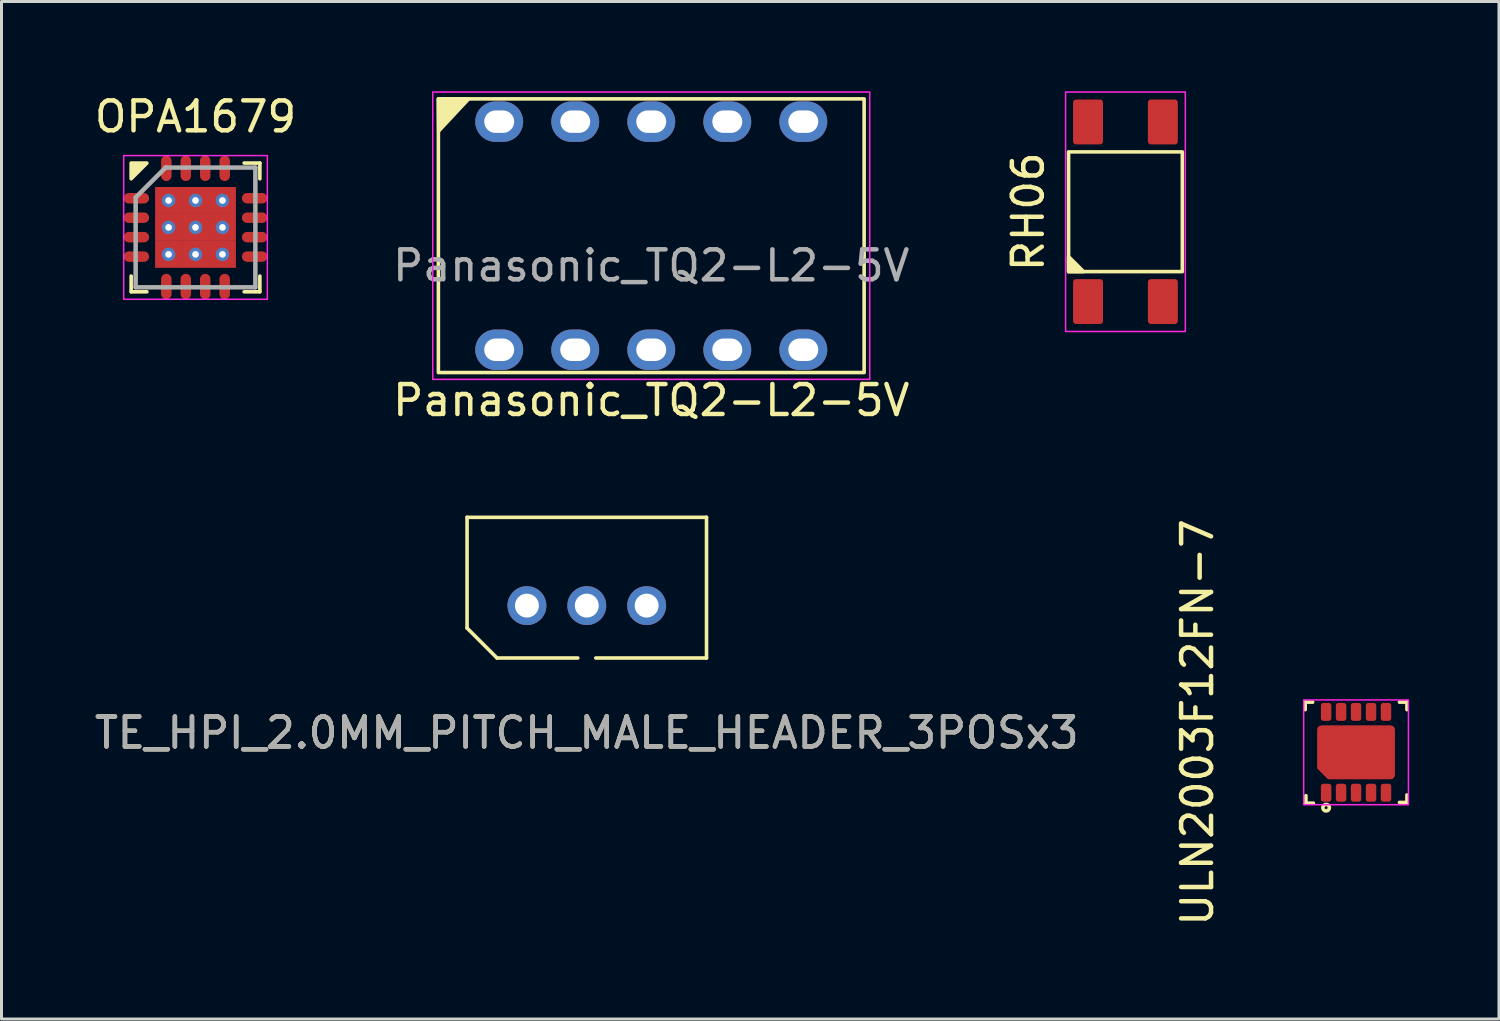
<source format=kicad_pcb>
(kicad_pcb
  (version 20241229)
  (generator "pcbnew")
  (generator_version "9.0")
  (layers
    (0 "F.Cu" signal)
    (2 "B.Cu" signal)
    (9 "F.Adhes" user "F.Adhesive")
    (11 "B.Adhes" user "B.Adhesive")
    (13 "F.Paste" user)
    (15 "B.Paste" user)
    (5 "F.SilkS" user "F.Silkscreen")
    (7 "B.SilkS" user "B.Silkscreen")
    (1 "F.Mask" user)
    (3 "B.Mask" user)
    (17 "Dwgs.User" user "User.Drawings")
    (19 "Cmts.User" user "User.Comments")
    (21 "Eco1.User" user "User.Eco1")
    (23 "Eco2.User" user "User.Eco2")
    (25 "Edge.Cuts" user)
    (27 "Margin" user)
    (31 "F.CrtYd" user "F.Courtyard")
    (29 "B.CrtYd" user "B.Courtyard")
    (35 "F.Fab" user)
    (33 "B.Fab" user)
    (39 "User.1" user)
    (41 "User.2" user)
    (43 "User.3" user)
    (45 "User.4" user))
  (footprint "ULN2003F12FN-7"
    (layer "F.Cu")
    (at 42.255 22.084)
    (property "Reference" "ULN2003F12FN-7" (at -5.3 -1 90) (layer "F.SilkS") (effects (font (size 1 1) (thickness 0.15))))
    (attr through_hole)
    (fp_line (start -1.7 -1.675) (end -1.7 -1.425) (stroke (width 0.12) (type solid)) (layer "F.SilkS"))
    (fp_line (start -1.675 1.45) (end -1.675 1.7) (stroke (width 0.12) (type solid)) (layer "F.SilkS"))
    (fp_line (start -1.675 1.7) (end -1.425 1.7) (stroke (width 0.12) (type solid)) (layer "F.SilkS"))
    (fp_line (start -1.45 -1.675) (end -1.7 -1.675) (stroke (width 0.12) (type solid)) (layer "F.SilkS"))
    (fp_line (start 1.45 1.675) (end 1.7 1.675) (stroke (width 0.12) (type solid)) (layer "F.SilkS"))
    (fp_line (start 1.7 -1.675) (end 1.45 -1.675) (stroke (width 0.12) (type solid)) (layer "F.SilkS"))
    (fp_line (start 1.7 -1.425) (end 1.7 -1.675) (stroke (width 0.12) (type solid)) (layer "F.SilkS"))
    (fp_line (start 1.7 1.675) (end 1.7 1.425) (stroke (width 0.12) (type solid)) (layer "F.SilkS"))
    (fp_circle (center -1 1.85) (end -1.05 1.85) (stroke (width 0.12) (type solid)) (fill no) (layer "F.SilkS"))
    (fp_rect (start -1.75 -1.75) (end 1.75 1.75) (stroke (width 0.05) (type solid)) (fill no) (layer "F.CrtYd"))
    (pad "1" smd roundrect (at -1 1.35) (size 0.35 0.6) (layers "F.Cu" "F.Mask" "F.Paste") (roundrect_rratio 0.25))
    (pad "2" smd roundrect (at -0.5 1.35) (size 0.35 0.6) (layers "F.Cu" "F.Mask" "F.Paste") (roundrect_rratio 0.25))
    (pad "3" smd roundrect (at 0 1.35) (size 0.35 0.6) (layers "F.Cu" "F.Mask" "F.Paste") (roundrect_rratio 0.25))
    (pad "4" smd roundrect (at 0.5 1.35) (size 0.35 0.6) (layers "F.Cu" "F.Mask" "F.Paste") (roundrect_rratio 0.25))
    (pad "5" smd roundrect (at 1 1.35) (size 0.35 0.6) (layers "F.Cu" "F.Mask" "F.Paste") (roundrect_rratio 0.25))
    (pad "6" smd roundrect (at 1 -1.35) (size 0.35 0.6) (layers "F.Cu" "F.Mask" "F.Paste") (roundrect_rratio 0.25))
    (pad "7" smd roundrect (at 0.5 -1.35) (size 0.35 0.6) (layers "F.Cu" "F.Mask" "F.Paste") (roundrect_rratio 0.25))
    (pad "8" smd roundrect (at 0 -1.35) (size 0.35 0.6) (layers "F.Cu" "F.Mask" "F.Paste") (roundrect_rratio 0.25))
    (pad "9" smd roundrect (at -0.5 -1.35) (size 0.35 0.6) (layers "F.Cu" "F.Mask" "F.Paste") (roundrect_rratio 0.25))
    (pad "10" smd roundrect (at -1 -1.35) (size 0.35 0.6) (layers "F.Cu" "F.Mask" "F.Paste") (roundrect_rratio 0.25))
    (pad "11" smd roundrect (at 0 0) (size 2.6 1.8) (layers "F.Cu" "F.Mask" "F.Paste") (roundrect_rratio 0.08) (chamfer_ratio 0.2) (chamfer bottom_left)))
  (footprint "TE_HPI_2.0MM_PITCH_MALE_HEADER_3POSx3"
    (layer "F.Cu")
    (at 16.554 18.933)
    (property "Reference" "TE_HPI_2.0MM_PITCH_MALE_HEADER_3POSx3" (at 0 2.5 0) (unlocked yes) (layer "F.SilkS") (effects (font (size 1 1) (thickness 0.15))))
    (attr through_hole)
    (fp_line (start -4 -4.7) (end -4 -1) (stroke (width 0.12) (type solid)) (layer "F.SilkS"))
    (fp_line (start -4 -4.7) (end 4 -4.7) (stroke (width 0.12) (type solid)) (layer "F.SilkS"))
    (fp_line (start -4 -1) (end -3 0) (stroke (width 0.12) (type solid)) (layer "F.SilkS"))
    (fp_line (start -0.3 0) (end -3 0) (stroke (width 0.12) (type solid)) (layer "F.SilkS"))
    (fp_line (start 0.3 0) (end 4 0) (stroke (width 0.12) (type solid)) (layer "F.SilkS"))
    (fp_line (start 4 -4.7) (end 4 0) (stroke (width 0.12) (type solid)) (layer "F.SilkS"))
    (fp_text user "${REFERENCE}" (at 0 2.5 0) (unlocked yes) (layer "F.Fab") (effects (font (size 1 1) (thickness 0.15))))
    (pad "1" thru_hole circle (at -2 -1.75) (size 1.3 1.3) (drill 0.8) (layers "*.Cu" "*.Mask"))
    (pad "2" thru_hole circle (at 0 -1.75) (size 1.3 1.3) (drill 0.8) (layers "*.Cu" "*.Mask"))
    (pad "3" thru_hole circle (at 2 -1.75) (size 1.3 1.3) (drill 0.8) (layers "*.Cu" "*.Mask")))
  (footprint "Panasonic_TQ2-L2-5V"
    (layer "F.Cu")
    (at 18.708 4.825)
    (property "Reference" "Panasonic_TQ2-L2-5V" (at 0 5.5 0) (unlocked yes) (layer "F.SilkS") (effects (font (size 1 1) (thickness 0.15))))
    (attr through_hole)
    (fp_rect (start -7.112 -4.572) (end 7.112 4.572) (stroke (width 0.12) (type solid)) (fill no) (layer "F.SilkS"))
    (fp_poly (pts (xy -7.1 -3.5) (xy -7.112 -4.572) (xy -6.1 -4.572)) (stroke (width 0.12) (type solid)) (fill yes) (layer "F.SilkS"))
    (fp_rect (start -7.3 -4.8) (end 7.3 4.8) (stroke (width 0.05) (type solid)) (fill no) (layer "F.CrtYd"))
    (fp_text user "${REFERENCE}" (at 0 1 0) (unlocked yes) (layer "F.Fab") (effects (font (size 1 1) (thickness 0.15))))
    (pad "1" thru_hole oval (at -5.08 -3.81) (size 1.6 1.35) (drill oval 1 0.75) (layers "*.Cu" "*.Mask"))
    (pad "2" thru_hole oval (at -2.54 -3.81) (size 1.6 1.35) (drill oval 1 0.75) (layers "*.Cu" "*.Mask"))
    (pad "3" thru_hole oval (at 0 -3.81) (size 1.6 1.35) (drill oval 1 0.75) (layers "*.Cu" "*.Mask"))
    (pad "4" thru_hole oval (at 2.54 -3.81) (size 1.6 1.35) (drill oval 1 0.75) (layers "*.Cu" "*.Mask"))
    (pad "5" thru_hole oval (at 5.08 -3.81) (size 1.6 1.35) (drill oval 1 0.75) (layers "*.Cu" "*.Mask"))
    (pad "6" thru_hole oval (at -5.08 3.81) (size 1.6 1.35) (drill oval 1 0.75) (layers "*.Cu" "*.Mask"))
    (pad "7" thru_hole oval (at -2.54 3.81) (size 1.6 1.35) (drill oval 1 0.75) (layers "*.Cu" "*.Mask"))
    (pad "8" thru_hole oval (at 0 3.81) (size 1.6 1.35) (drill oval 1 0.75) (layers "*.Cu" "*.Mask"))
    (pad "9" thru_hole oval (at 2.54 3.81) (size 1.6 1.35) (drill oval 1 0.75) (layers "*.Cu" "*.Mask"))
    (pad "10" thru_hole oval (at 5.08 3.81) (size 1.6 1.35) (drill oval 1 0.75) (layers "*.Cu" "*.Mask")))
  (footprint "RH06"
    (layer "F.Cu")
    (at 34.551 4.025)
    (property "Reference" "RH06" (at -3.25 0 90) (layer "F.SilkS") (effects (font (size 1 1) (thickness 0.15))))
    (attr through_hole)
    (fp_rect (start -1.9 -2) (end 1.9 2) (stroke (width 0.12) (type solid)) (fill no) (layer "F.SilkS"))
    (fp_poly (pts (xy -1.4 2) (xy -1.9 2) (xy -1.9 1.5)) (stroke (width 0.12) (type solid)) (fill yes) (layer "F.SilkS"))
    (fp_rect (start -2 -4) (end 2 4) (stroke (width 0.05) (type solid)) (fill no) (layer "F.CrtYd"))
    (pad "1" smd roundrect (at -1.25 3) (size 1 1.5) (layers "F.Cu" "F.Mask" "F.Paste") (roundrect_rratio 0.1))
    (pad "2" smd roundrect (at 1.25 3) (size 1 1.5) (layers "F.Cu" "F.Mask" "F.Paste") (roundrect_rratio 0.1))
    (pad "3" smd roundrect (at 1.25 -3) (size 1 1.5) (layers "F.Cu" "F.Mask" "F.Paste") (roundrect_rratio 0.1))
    (pad "4" smd roundrect (at -1.25 -3) (size 1 1.5) (layers "F.Cu" "F.Mask" "F.Paste") (roundrect_rratio 0.1)))
  (footprint "OPA1679"
    (layer "F.Cu")
    (at 3.482 4.548)
    (property "Reference" "OPA1679" (at 0 -3.7 0) (layer "F.SilkS") (effects (font (size 1 1) (thickness 0.15))))
    (attr through_hole)
    (fp_line (start -2.15 2.15) (end -2.15 1.625) (stroke (width 0.12) (type solid)) (layer "F.SilkS"))
    (fp_line (start -1.625 2.15) (end -2.15 2.15) (stroke (width 0.12) (type solid)) (layer "F.SilkS"))
    (fp_line (start 1.625 -2.15) (end 2.15 -2.15) (stroke (width 0.12) (type solid)) (layer "F.SilkS"))
    (fp_line (start 1.625 2.15) (end 2.15 2.15) (stroke (width 0.12) (type solid)) (layer "F.SilkS"))
    (fp_line (start 2.15 -2.15) (end 2.15 -1.625) (stroke (width 0.12) (type solid)) (layer "F.SilkS"))
    (fp_line (start 2.15 2.15) (end 2.15 1.625) (stroke (width 0.12) (type solid)) (layer "F.SilkS"))
    (fp_poly (pts (xy -2.15 -1.625) (xy -2.15 -2.15) (xy -1.625 -2.15)) (stroke (width 0.12) (type solid)) (fill yes) (layer "F.SilkS"))
    (fp_rect (start -1.175 -1.175) (end -0.075 -0.075) (stroke (width 0) (type solid)) (fill yes) (layer "F.Paste"))
    (fp_rect (start -1.175 0.075) (end -0.075 1.175) (stroke (width 0) (type solid)) (fill yes) (layer "F.Paste"))
    (fp_rect (start 0.075 -1.175) (end 1.175 -0.075) (stroke (width 0) (type solid)) (fill yes) (layer "F.Paste"))
    (fp_rect (start 0.075 0.075) (end 1.175 1.175) (stroke (width 0) (type solid)) (fill yes) (layer "F.Paste"))
    (fp_rect (start -2.4 -2.4) (end 2.4 2.4) (stroke (width 0.05) (type solid)) (fill no) (layer "F.CrtYd"))
    (fp_line (start -2 -1) (end -2 2) (stroke (width 0.15) (type solid)) (layer "F.Fab"))
    (fp_line (start -2 2) (end 2 2) (stroke (width 0.15) (type solid)) (layer "F.Fab"))
    (fp_line (start -1 -2) (end -2 -1) (stroke (width 0.15) (type solid)) (layer "F.Fab"))
    (fp_line (start 2 -2) (end -1 -2) (stroke (width 0.15) (type solid)) (layer "F.Fab"))
    (fp_line (start 2 2) (end 2 -2) (stroke (width 0.15) (type solid)) (layer "F.Fab"))
    (pad "1" smd oval (at -1.975 -0.975 90) (size 0.35 0.85) (layers "F.Cu" "F.Mask" "F.Paste"))
    (pad "2" smd oval (at -1.975 -0.325 90) (size 0.35 0.85) (layers "F.Cu" "F.Mask" "F.Paste"))
    (pad "3" smd oval (at -1.975 0.325 90) (size 0.35 0.85) (layers "F.Cu" "F.Mask" "F.Paste"))
    (pad "4" smd oval (at -1.975 0.975 90) (size 0.35 0.85) (layers "F.Cu" "F.Mask" "F.Paste"))
    (pad "5" smd oval (at -0.975 1.975) (size 0.35 0.85) (layers "F.Cu" "F.Mask" "F.Paste"))
    (pad "6" smd oval (at -0.325 1.975) (size 0.35 0.85) (layers "F.Cu" "F.Mask" "F.Paste"))
    (pad "7" smd oval (at 0.325 1.975) (size 0.35 0.85) (layers "F.Cu" "F.Mask" "F.Paste"))
    (pad "8" smd oval (at 0.975 1.975) (size 0.35 0.85) (layers "F.Cu" "F.Mask" "F.Paste"))
    (pad "9" smd oval (at 1.975 0.975 90) (size 0.35 0.85) (layers "F.Cu" "F.Mask" "F.Paste"))
    (pad "10" smd oval (at 1.975 0.325 90) (size 0.35 0.85) (layers "F.Cu" "F.Mask" "F.Paste"))
    (pad "11" smd oval (at 1.975 -0.325 90) (size 0.35 0.85) (layers "F.Cu" "F.Mask" "F.Paste"))
    (pad "12" smd oval (at 1.975 -0.975 90) (size 0.35 0.85) (layers "F.Cu" "F.Mask" "F.Paste"))
    (pad "13" smd oval (at 0.975 -1.975) (size 0.35 0.85) (layers "F.Cu" "F.Mask" "F.Paste"))
    (pad "14" smd oval (at 0.325 -1.975) (size 0.35 0.85) (layers "F.Cu" "F.Mask" "F.Paste"))
    (pad "15" smd oval (at -0.325 -1.975) (size 0.35 0.85) (layers "F.Cu" "F.Mask" "F.Paste"))
    (pad "16" smd oval (at -0.975 -1.975) (size 0.35 0.85) (layers "F.Cu" "F.Mask" "F.Paste"))
    (pad "17" thru_hole circle (at -0.9 -0.9) (size 0.45 0.45) (drill 0.225) (layers "*.Cu" "*.Mask"))
    (pad "17" smd rect (at -0.9 -0.9) (size 0.9 0.9) (layers "F.Cu" "F.Mask" "F.Paste"))
    (pad "17" thru_hole circle (at -0.9 0) (size 0.45 0.45) (drill 0.225) (layers "*.Cu" "*.Mask"))
    (pad "17" smd rect (at -0.9 0) (size 0.9 0.9) (layers "F.Cu" "F.Mask" "F.Paste"))
    (pad "17" thru_hole circle (at -0.9 0.9) (size 0.45 0.45) (drill 0.225) (layers "*.Cu" "*.Mask"))
    (pad "17" smd rect (at -0.9 0.9) (size 0.9 0.9) (layers "F.Cu" "F.Mask" "F.Paste"))
    (pad "17" thru_hole circle (at 0 -0.9) (size 0.45 0.45) (drill 0.225) (layers "*.Cu" "*.Mask"))
    (pad "17" smd rect (at 0 -0.9) (size 0.9 0.9) (layers "F.Cu" "F.Mask" "F.Paste"))
    (pad "17" thru_hole circle (at 0 0) (size 0.45 0.45) (drill 0.225) (layers "*.Cu" "*.Mask"))
    (pad "17" smd rect (at 0 0) (size 0.9 0.9) (layers "F.Cu" "F.Mask" "F.Paste"))
    (pad "17" thru_hole circle (at 0 0.9) (size 0.45 0.45) (drill 0.225) (layers "*.Cu" "*.Mask"))
    (pad "17" smd rect (at 0 0.9) (size 0.9 0.9) (layers "F.Cu" "F.Mask" "F.Paste"))
    (pad "17" thru_hole circle (at 0.9 -0.9) (size 0.45 0.45) (drill 0.225) (layers "*.Cu" "*.Mask"))
    (pad "17" smd rect (at 0.9 -0.9) (size 0.9 0.9) (layers "F.Cu" "F.Mask" "F.Paste"))
    (pad "17" thru_hole circle (at 0.9 0) (size 0.45 0.45) (drill 0.225) (layers "*.Cu" "*.Mask"))
    (pad "17" smd rect (at 0.9 0) (size 0.9 0.9) (layers "F.Cu" "F.Mask" "F.Paste"))
    (pad "17" thru_hole circle (at 0.9 0.9) (size 0.45 0.45) (drill 0.225) (layers "*.Cu" "*.Mask"))
    (pad "17" smd rect (at 0.9 0.9) (size 0.9 0.9) (layers "F.Cu" "F.Mask" "F.Paste")))
  (gr_rect
    (start -3 -3)
    (end 47.03 30.995)
    (stroke (width 0.1) (type default))
    (fill no)
    (layer "Edge.Cuts")))
</source>
